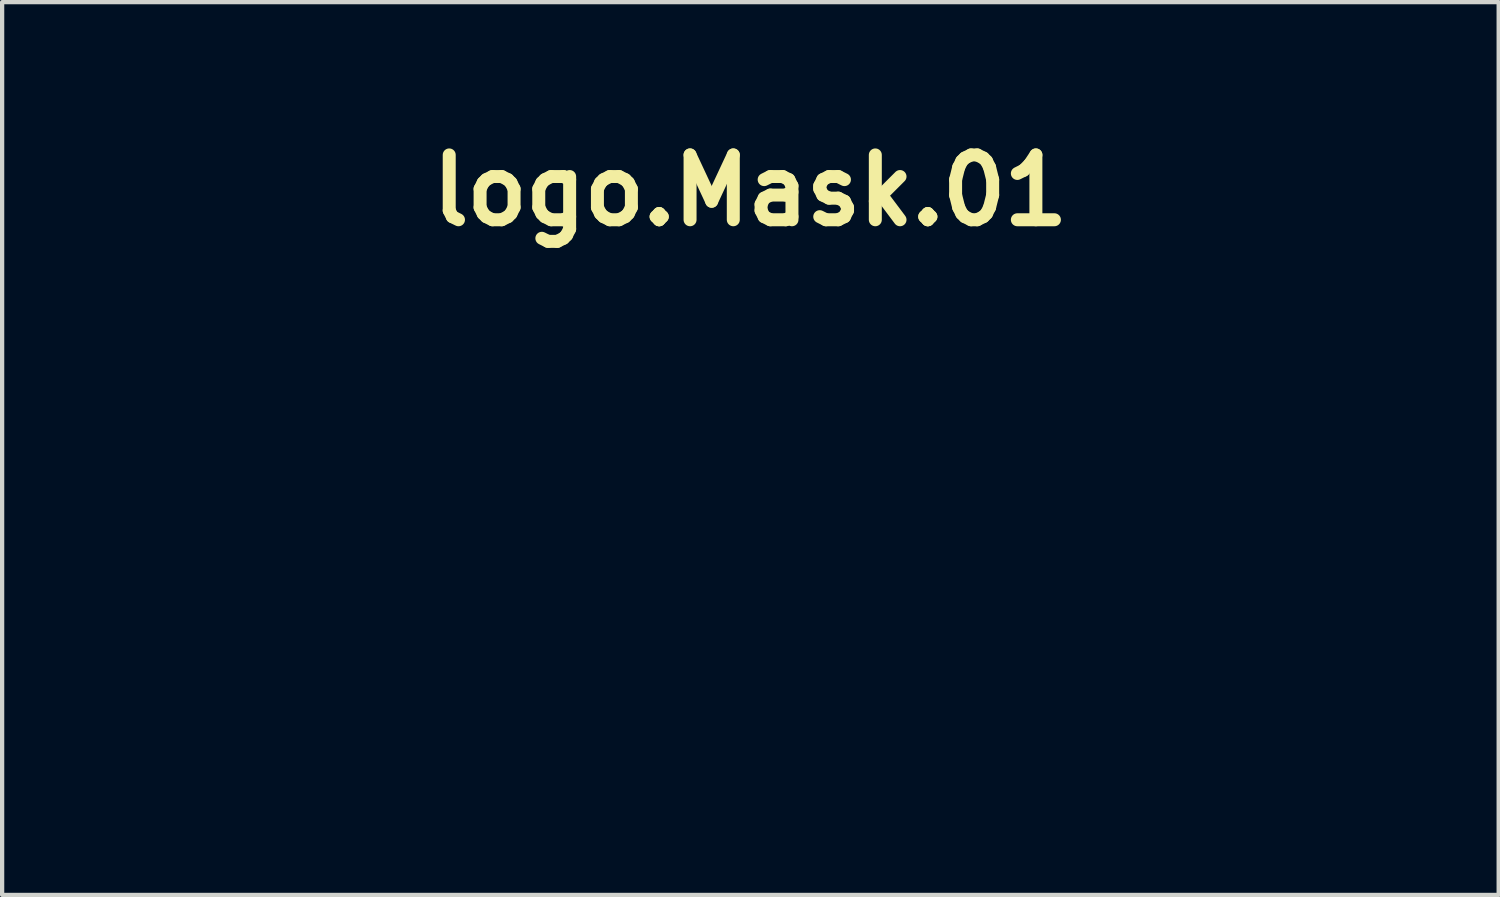
<source format=kicad_pcb>
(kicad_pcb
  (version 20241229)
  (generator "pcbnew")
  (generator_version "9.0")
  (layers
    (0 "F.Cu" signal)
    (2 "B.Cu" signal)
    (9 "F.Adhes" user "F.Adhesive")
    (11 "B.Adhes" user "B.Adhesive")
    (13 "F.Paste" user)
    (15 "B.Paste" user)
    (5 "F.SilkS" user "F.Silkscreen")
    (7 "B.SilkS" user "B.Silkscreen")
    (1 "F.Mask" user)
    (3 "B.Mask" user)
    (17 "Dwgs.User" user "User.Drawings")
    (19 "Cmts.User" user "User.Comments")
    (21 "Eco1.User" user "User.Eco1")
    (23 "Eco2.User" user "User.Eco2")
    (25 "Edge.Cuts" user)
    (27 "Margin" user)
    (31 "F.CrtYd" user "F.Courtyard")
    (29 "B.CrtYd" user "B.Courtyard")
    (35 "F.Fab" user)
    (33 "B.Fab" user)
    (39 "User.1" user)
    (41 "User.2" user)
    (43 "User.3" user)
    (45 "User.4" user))
  (footprint "logo.Mask.01"
    (layer "F.Cu")
    (at 14.584 9.696)
    (property "Reference" "logo.Mask.01" (at 0 -8.27 0) (layer "F.SilkS") (effects (font (size 1.524 1.524) (thickness 0.305))))
    (attr smd)
    (fp_poly (pts (xy -10.183 5.089) (xy -10.747 4.948) (xy -11.601 1.01) (xy -11.424 1.01) (xy -11.248 1.01) (xy -11.072 1.01) (xy -10.895 1.01) (xy -10.719 1.01) (xy -10.542 1.01) (xy -10.366 1.01) (xy -10.19 1.01) (xy -10.013 1.01) (xy -9.837 1.01) (xy -9.66 1.01) (xy -9.484 1.01) (xy -9.308 1.01) (xy -9.131 1.01) (xy -8.955 1.01) (xy -8.779 1.01) (xy -8.602 1.01) (xy -8.426 1.01) (xy -8.249 1.01) (xy -8.073 1.01) (xy -7.897 1.01) (xy -7.72 1.01) (xy -7.544 1.01) (xy -7.367 1.01) (xy -7.191 1.01) (xy -7.015 1.01) (xy -6.838 1.01) (xy -6.662 1.01) (xy -6.485 1.01) (xy -6.309 1.01) (xy -6.133 1.01) (xy -5.956 1.01) (xy -5.956 0.944) (xy -5.956 0.878) (xy -5.956 0.811) (xy -5.956 0.745) (xy -5.956 0.679) (xy -5.956 0.613) (xy -5.956 0.547) (xy -5.956 0.481) (xy -5.956 0.415) (xy -5.956 0.348) (xy -5.956 0.282) (xy -5.956 0.216) (xy -5.956 0.15) (xy -5.956 0.084) (xy -5.956 0.018) (xy -5.956 -0.048) (xy -5.956 -0.115) (xy -5.956 -0.181) (xy -5.956 -0.247) (xy -5.956 -0.313) (xy -5.956 -0.379) (xy -5.956 -0.445) (xy -5.956 -0.511) (xy -5.956 -0.578) (xy -5.956 -0.644) (xy -5.956 -0.71) (xy -5.956 -0.776) (xy -5.956 -0.842) (xy -5.956 -0.908) (xy -5.956 -0.974) (xy -5.956 -1.041) (xy -5.956 -1.107) (xy -6.133 -1.107) (xy -6.309 -1.107) (xy -6.485 -1.107) (xy -6.662 -1.107) (xy -6.838 -1.107) (xy -7.015 -1.107) (xy -7.191 -1.107) (xy -7.367 -1.107) (xy -7.544 -1.107) (xy -7.72 -1.107) (xy -7.897 -1.107) (xy -8.073 -1.107) (xy -8.249 -1.107) (xy -8.426 -1.107) (xy -8.602 -1.107) (xy -8.779 -1.107) (xy -8.955 -1.107) (xy -9.131 -1.107) (xy -9.308 -1.107) (xy -9.484 -1.107) (xy -9.66 -1.107) (xy -9.837 -1.107) (xy -10.013 -1.107) (xy -10.19 -1.107) (xy -10.366 -1.107) (xy -10.542 -1.107) (xy -10.719 -1.107) (xy -10.895 -1.107) (xy -11.072 -1.107) (xy -11.248 -1.107) (xy -11.424 -1.107) (xy -11.601 -1.107) (xy -11.601 -1.041) (xy -11.601 -0.974) (xy -11.601 -0.908) (xy -11.601 -0.842) (xy -11.601 -0.776) (xy -11.601 -0.71) (xy -11.601 -0.644) (xy -11.601 -0.578) (xy -11.601 -0.511) (xy -11.601 -0.445) (xy -11.601 -0.379) (xy -11.601 -0.313) (xy -11.601 -0.247) (xy -11.601 -0.181) (xy -11.601 -0.115) (xy -11.601 -0.048) (xy -11.601 0.018) (xy -11.601 0.084) (xy -11.601 0.15) (xy -11.601 0.216) (xy -11.601 0.282) (xy -11.601 0.348) (xy -11.601 0.415) (xy -11.601 0.481) (xy -11.601 0.547) (xy -11.601 0.613) (xy -11.601 0.679) (xy -11.601 0.745) (xy -11.601 0.811) (xy -11.601 0.878) (xy -11.601 0.944) (xy -11.601 1.01) (xy -10.747 4.948) (xy -11.281 4.752) (xy -11.783 4.506) (xy -12.251 4.214) (xy -12.682 3.88) (xy -13.075 3.507) (xy -13.425 3.1) (xy -13.731 2.662) (xy -13.991 2.197) (xy -14.202 1.71) (xy -14.362 1.203) (xy -14.468 0.681) (xy -14.517 0.149) (xy -14.508 -0.392) (xy -14.437 -0.935) (xy -14.303 -1.478) (xy -14.155 -1.899) (xy -13.976 -2.299) (xy -13.769 -2.677) (xy -13.534 -3.032) (xy -13.273 -3.364) (xy -12.986 -3.671) (xy -12.674 -3.952) (xy -12.34 -4.208) (xy -11.984 -4.437) (xy -11.608 -4.637) (xy -11.211 -4.81) (xy -10.797 -4.952) (xy -10.365 -5.065) (xy -9.918 -5.146) (xy -9.455 -5.196) (xy -8.979 -5.213) (xy -8.528 -5.197) (xy -8.085 -5.15) (xy -7.649 -5.072) (xy -7.221 -4.962) (xy -6.8 -4.821) (xy -6.387 -4.647) (xy -5.98 -4.441) (xy -5.579 -4.203) (xy -5.185 -3.933) (xy -4.797 -3.63) (xy -4.415 -3.294) (xy -4.038 -2.926) (xy -3.667 -2.524) (xy -3.301 -2.09) (xy -2.94 -1.621) (xy -2.583 -1.12) (xy -2.538 -1.055) (xy -2.494 -0.989) (xy -2.449 -0.924) (xy -2.404 -0.859) (xy -2.36 -0.793) (xy -2.315 -0.728) (xy -2.27 -0.663) (xy -2.226 -0.597) (xy -2.181 -0.532) (xy -2.136 -0.467) (xy -2.092 -0.401) (xy -2.047 -0.336) (xy -2.002 -0.271) (xy -1.958 -0.205) (xy -1.913 -0.14) (xy -1.868 -0.075) (xy -1.887 -0.043) (xy -1.906 -0.011) (xy -1.925 0.02) (xy -1.944 0.052) (xy -1.963 0.084) (xy -1.982 0.115) (xy -2.001 0.147) (xy -2.02 0.179) (xy -2.039 0.21) (xy -2.058 0.242) (xy -2.077 0.274) (xy -2.096 0.306) (xy -2.115 0.337) (xy -2.134 0.369) (xy -2.154 0.401) (xy -2.173 0.432) (xy -2.461 0.891) (xy -2.765 1.333) (xy -3.083 1.756) (xy -3.414 2.16) (xy -3.757 2.543) (xy -4.109 2.905) (xy -4.471 3.244) (xy -4.84 3.559) (xy -5.216 3.849) (xy -5.597 4.114) (xy -5.982 4.352) (xy -6.369 4.562) (xy -6.757 4.743) (xy -7.145 4.894) (xy -7.532 5.014) (xy -7.916 5.101) (xy -8.076 5.13) (xy -8.228 5.155) (xy -8.375 5.176) (xy -8.515 5.193) (xy -8.652 5.206) (xy -8.785 5.215) (xy -8.917 5.22) (xy -9.047 5.221) (xy -9.177 5.219) (xy -9.309 5.212) (xy -9.443 5.201) (xy -9.58 5.187) (xy -9.721 5.168) (xy -9.868 5.146) (xy -10.022 5.12) (xy -10.183 5.089) (xy -10.183 5.089) (xy -10.183 5.089) (xy -10.183 5.089) (xy -10.183 5.089) (xy -10.183 5.089)) (stroke (width 0.133) (type solid)) (fill yes) (layer "F.Mask"))
    (fp_poly (pts (xy 7.731 5.043) (xy 5.988 1.01) (xy 6.103 1.01) (xy 6.218 1.01) (xy 6.332 1.01) (xy 6.447 1.01) (xy 6.562 1.01) (xy 6.676 1.01) (xy 6.791 1.01) (xy 6.906 1.01) (xy 7.02 1.01) (xy 7.135 1.01) (xy 7.25 1.01) (xy 7.364 1.01) (xy 7.479 1.01) (xy 7.594 1.01) (xy 7.708 1.01) (xy 7.823 1.01) (xy 7.823 1.125) (xy 7.823 1.239) (xy 7.823 1.354) (xy 7.823 1.469) (xy 7.823 1.583) (xy 7.823 1.698) (xy 7.823 1.813) (xy 7.823 1.927) (xy 7.823 2.042) (xy 7.823 2.156) (xy 7.823 2.271) (xy 7.823 2.386) (xy 7.823 2.5) (xy 7.823 2.615) (xy 7.823 2.73) (xy 7.823 2.844) (xy 7.955 2.844) (xy 8.087 2.844) (xy 8.22 2.844) (xy 8.352 2.844) (xy 8.484 2.844) (xy 8.617 2.844) (xy 8.749 2.844) (xy 8.881 2.844) (xy 9.014 2.844) (xy 9.146 2.844) (xy 9.278 2.844) (xy 9.41 2.844) (xy 9.543 2.844) (xy 9.675 2.844) (xy 9.807 2.844) (xy 9.94 2.844) (xy 9.94 2.73) (xy 9.94 2.615) (xy 9.94 2.5) (xy 9.94 2.386) (xy 9.94 2.271) (xy 9.94 2.156) (xy 9.94 2.042) (xy 9.94 1.927) (xy 9.94 1.813) (xy 9.94 1.698) (xy 9.94 1.583) (xy 9.94 1.469) (xy 9.94 1.354) (xy 9.94 1.239) (xy 9.94 1.125) (xy 9.94 1.01) (xy 10.045 1.01) (xy 10.151 1.01) (xy 10.257 1.01) (xy 10.363 1.01) (xy 10.469 1.01) (xy 10.575 1.01) (xy 10.68 1.01) (xy 10.786 1.01) (xy 10.892 1.01) (xy 10.998 1.01) (xy 11.104 1.01) (xy 11.21 1.01) (xy 11.315 1.01) (xy 11.421 1.01) (xy 11.527 1.01) (xy 11.633 1.01) (xy 11.633 0.878) (xy 11.633 0.745) (xy 11.633 0.613) (xy 11.633 0.481) (xy 11.633 0.349) (xy 11.633 0.216) (xy 11.633 0.084) (xy 11.633 -0.048) (xy 11.633 -0.181) (xy 11.633 -0.313) (xy 11.633 -0.445) (xy 11.633 -0.578) (xy 11.633 -0.71) (xy 11.633 -0.842) (xy 11.633 -0.974) (xy 11.633 -1.107) (xy 11.527 -1.107) (xy 11.421 -1.107) (xy 11.315 -1.107) (xy 11.21 -1.107) (xy 11.104 -1.107) (xy 10.998 -1.107) (xy 10.892 -1.107) (xy 10.786 -1.107) (xy 10.68 -1.107) (xy 10.575 -1.107) (xy 10.469 -1.107) (xy 10.363 -1.107) (xy 10.257 -1.107) (xy 10.151 -1.107) (xy 10.045 -1.107) (xy 9.94 -1.107) (xy 9.94 -1.213) (xy 9.94 -1.318) (xy 9.94 -1.424) (xy 9.94 -1.53) (xy 9.94 -1.636) (xy 9.94 -1.742) (xy 9.94 -1.848) (xy 9.94 -1.953) (xy 9.94 -2.059) (xy 9.94 -2.165) (xy 9.94 -2.271) (xy 9.94 -2.377) (xy 9.94 -2.483) (xy 9.94 -2.588) (xy 9.94 -2.694) (xy 9.94 -2.8) (xy 9.807 -2.8) (xy 9.675 -2.8) (xy 9.543 -2.8) (xy 9.41 -2.8) (xy 9.278 -2.8) (xy 9.146 -2.8) (xy 9.014 -2.8) (xy 8.881 -2.8) (xy 8.749 -2.8) (xy 8.617 -2.8) (xy 8.484 -2.8) (xy 8.352 -2.8) (xy 8.22 -2.8) (xy 8.087 -2.8) (xy 7.955 -2.8) (xy 7.823 -2.8) (xy 7.823 -2.694) (xy 7.823 -2.588) (xy 7.823 -2.483) (xy 7.823 -2.377) (xy 7.823 -2.271) (xy 7.823 -2.165) (xy 7.823 -2.059) (xy 7.823 -1.953) (xy 7.823 -1.848) (xy 7.823 -1.742) (xy 7.823 -1.636) (xy 7.823 -1.53) (xy 7.823 -1.424) (xy 7.823 -1.318) (xy 7.823 -1.213) (xy 7.823 -1.107) (xy 7.708 -1.107) (xy 7.594 -1.107) (xy 7.479 -1.107) (xy 7.364 -1.107) (xy 7.25 -1.107) (xy 7.135 -1.107) (xy 7.02 -1.107) (xy 6.906 -1.107) (xy 6.791 -1.107) (xy 6.676 -1.107) (xy 6.562 -1.107) (xy 6.447 -1.107) (xy 6.332 -1.107) (xy 6.218 -1.107) (xy 6.103 -1.107) (xy 5.988 -1.107) (xy 5.988 -0.974) (xy 5.988 -0.842) (xy 5.988 -0.71) (xy 5.988 -0.578) (xy 5.988 -0.445) (xy 5.988 -0.313) (xy 5.988 -0.181) (xy 5.988 -0.048) (xy 5.988 0.084) (xy 5.988 0.216) (xy 5.988 0.349) (xy 5.988 0.481) (xy 5.988 0.613) (xy 5.988 0.745) (xy 5.988 0.878) (xy 5.988 1.01) (xy 7.731 5.043) (xy 7.296 4.922) (xy 6.873 4.771) (xy 6.458 4.589) (xy 6.05 4.376) (xy 5.648 4.129) (xy 5.248 3.849) (xy 4.851 3.534) (xy 4.452 3.183) (xy 4.082 2.813) (xy 3.683 2.371) (xy 3.28 1.888) (xy 2.896 1.396) (xy 2.556 0.927) (xy 2.284 0.512) (xy 2.103 0.184) (xy 2.037 -0.026) (xy 2.097 -0.219) (xy 2.262 -0.523) (xy 2.512 -0.91) (xy 2.825 -1.352) (xy 3.182 -1.82) (xy 3.56 -2.287) (xy 3.94 -2.723) (xy 4.3 -3.101) (xy 4.924 -3.663) (xy 5.57 -4.139) (xy 6.239 -4.528) (xy 6.93 -4.832) (xy 7.641 -5.049) (xy 8.373 -5.179) (xy 9.123 -5.221) (xy 9.892 -5.177) (xy 10.556 -5.054) (xy 11.202 -4.842) (xy 11.822 -4.549) (xy 12.403 -4.183) (xy 12.937 -3.75) (xy 13.412 -3.258) (xy 13.819 -2.715) (xy 14.146 -2.128) (xy 14.257 -1.882) (xy 14.344 -1.659) (xy 14.411 -1.446) (xy 14.459 -1.226) (xy 14.492 -0.984) (xy 14.512 -0.706) (xy 14.521 -0.375) (xy 14.524 0.022) (xy 14.52 0.427) (xy 14.51 0.758) (xy 14.49 1.032) (xy 14.456 1.265) (xy 14.406 1.474) (xy 14.337 1.674) (xy 14.244 1.883) (xy 14.127 2.116) (xy 13.809 2.66) (xy 13.451 3.15) (xy 13.054 3.589) (xy 12.615 3.976) (xy 12.134 4.313) (xy 11.61 4.6) (xy 11.042 4.837) (xy 10.429 5.027) (xy 10.073 5.111) (xy 9.736 5.171) (xy 9.41 5.208) (xy 9.089 5.221) (xy 8.766 5.211) (xy 8.437 5.179) (xy 8.094 5.122) (xy 7.731 5.043) (xy 7.731 5.043) (xy 7.731 5.043) (xy 7.731 5.043) (xy 7.731 5.043) (xy 7.731 5.043)) (stroke (width 0.133) (type solid)) (fill yes) (layer "F.Mask")))
  (gr_rect
    (start -3 -3)
    (end 32.174 17.984)
    (stroke (width 0.1) (type default))
    (fill no)
    (layer "Edge.Cuts")))
</source>
